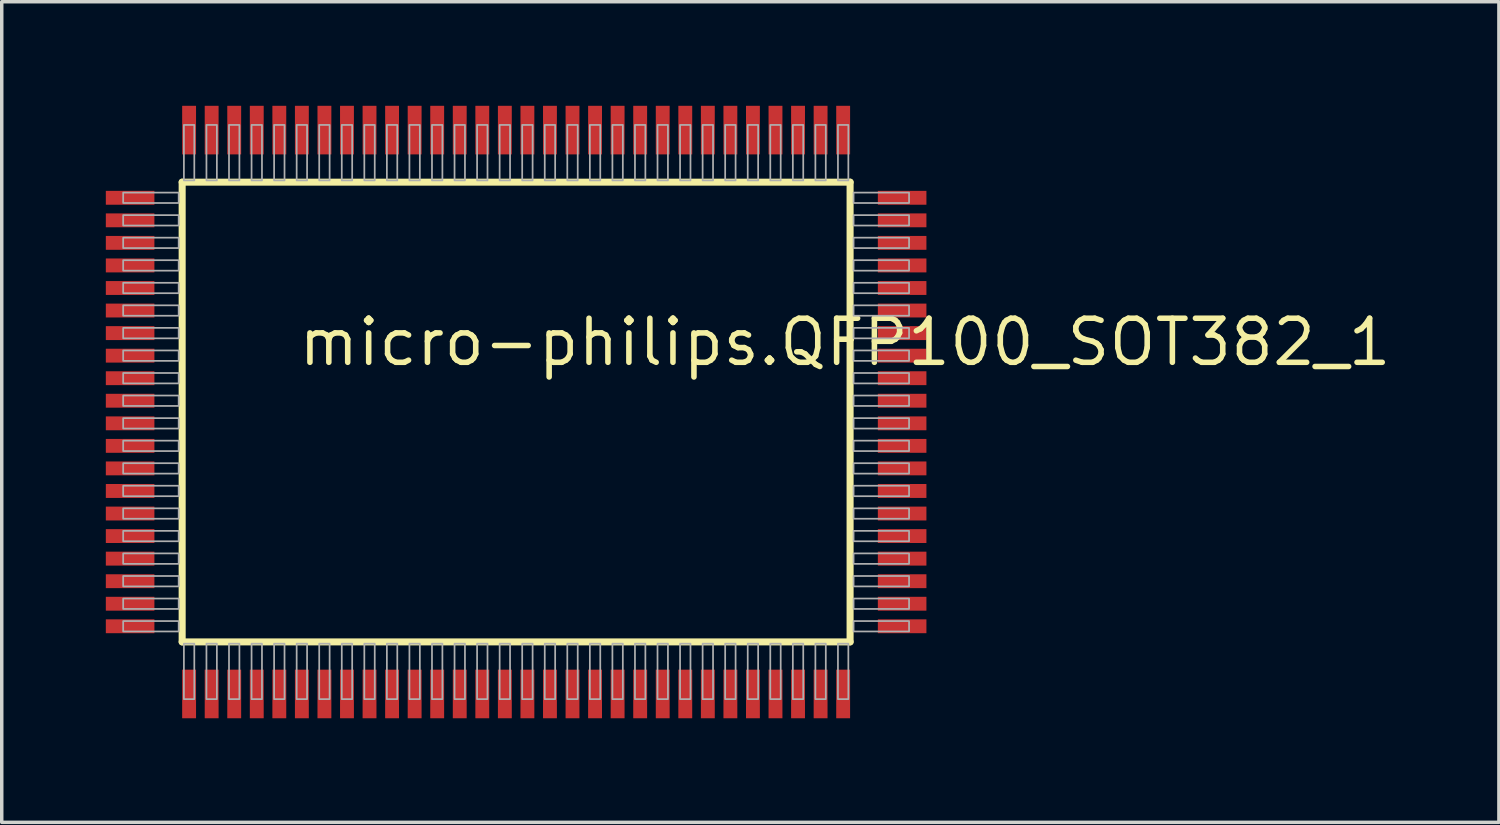
<source format=kicad_pcb>
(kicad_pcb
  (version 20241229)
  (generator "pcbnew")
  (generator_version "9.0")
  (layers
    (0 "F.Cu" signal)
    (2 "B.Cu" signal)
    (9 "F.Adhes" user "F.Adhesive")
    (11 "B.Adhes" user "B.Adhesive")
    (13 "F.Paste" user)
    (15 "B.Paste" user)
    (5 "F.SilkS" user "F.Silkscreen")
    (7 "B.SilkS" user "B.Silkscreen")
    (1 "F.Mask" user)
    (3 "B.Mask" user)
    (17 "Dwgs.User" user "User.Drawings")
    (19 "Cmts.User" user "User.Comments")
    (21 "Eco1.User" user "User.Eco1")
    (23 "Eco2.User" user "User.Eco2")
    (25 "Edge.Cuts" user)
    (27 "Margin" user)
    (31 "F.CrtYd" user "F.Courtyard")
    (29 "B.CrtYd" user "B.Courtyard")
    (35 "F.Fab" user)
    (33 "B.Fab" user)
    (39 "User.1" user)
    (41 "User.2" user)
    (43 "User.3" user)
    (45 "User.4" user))
  (footprint "micro-philips.QFP100_SOT382_1"
    (layer "F.Cu")
    (at 11.825 8.825)
    (property "Reference" "micro-philips.QFP100_SOT382_1" (at -6.35 -1.27 0) (layer "F.SilkS") (effects (font (size 1.27 1.27) (thickness 0.16)) (justify left bottom)))
    (attr smd)
    (fp_line (start -9.625 -6.625) (end 9.625 -6.625) (stroke (width 0.203) (type default)) (layer "F.SilkS"))
    (fp_line (start -9.625 6.625) (end -9.625 -6.625) (stroke (width 0.203) (type default)) (layer "F.SilkS"))
    (fp_line (start 9.625 -6.625) (end 9.625 6.625) (stroke (width 0.203) (type default)) (layer "F.SilkS"))
    (fp_line (start 9.625 6.625) (end -9.625 6.625) (stroke (width 0.203) (type default)) (layer "F.SilkS"))
    (fp_rect (start -11.325 -6.025) (end -9.725 -6.325) (stroke (width 0.05) (type default)) (fill no) (layer "F.Fab"))
    (fp_rect (start -11.325 -5.375) (end -9.725 -5.675) (stroke (width 0.05) (type default)) (fill no) (layer "F.Fab"))
    (fp_rect (start -11.325 -4.725) (end -9.725 -5.025) (stroke (width 0.05) (type default)) (fill no) (layer "F.Fab"))
    (fp_rect (start -11.325 -4.075) (end -9.725 -4.375) (stroke (width 0.05) (type default)) (fill no) (layer "F.Fab"))
    (fp_rect (start -11.325 -3.425) (end -9.725 -3.725) (stroke (width 0.05) (type default)) (fill no) (layer "F.Fab"))
    (fp_rect (start -11.325 -2.775) (end -9.725 -3.075) (stroke (width 0.05) (type default)) (fill no) (layer "F.Fab"))
    (fp_rect (start -11.325 -2.125) (end -9.725 -2.425) (stroke (width 0.05) (type default)) (fill no) (layer "F.Fab"))
    (fp_rect (start -11.325 -1.475) (end -9.725 -1.775) (stroke (width 0.05) (type default)) (fill no) (layer "F.Fab"))
    (fp_rect (start -11.325 -0.825) (end -9.725 -1.125) (stroke (width 0.05) (type default)) (fill no) (layer "F.Fab"))
    (fp_rect (start -11.325 -0.175) (end -9.725 -0.475) (stroke (width 0.05) (type default)) (fill no) (layer "F.Fab"))
    (fp_rect (start -11.325 0.475) (end -9.725 0.175) (stroke (width 0.05) (type default)) (fill no) (layer "F.Fab"))
    (fp_rect (start -11.325 1.125) (end -9.725 0.825) (stroke (width 0.05) (type default)) (fill no) (layer "F.Fab"))
    (fp_rect (start -11.325 1.775) (end -9.725 1.475) (stroke (width 0.05) (type default)) (fill no) (layer "F.Fab"))
    (fp_rect (start -11.325 2.425) (end -9.725 2.125) (stroke (width 0.05) (type default)) (fill no) (layer "F.Fab"))
    (fp_rect (start -11.325 3.075) (end -9.725 2.775) (stroke (width 0.05) (type default)) (fill no) (layer "F.Fab"))
    (fp_rect (start -11.325 3.725) (end -9.725 3.425) (stroke (width 0.05) (type default)) (fill no) (layer "F.Fab"))
    (fp_rect (start -11.325 4.375) (end -9.725 4.075) (stroke (width 0.05) (type default)) (fill no) (layer "F.Fab"))
    (fp_rect (start -11.325 5.025) (end -9.725 4.725) (stroke (width 0.05) (type default)) (fill no) (layer "F.Fab"))
    (fp_rect (start -11.325 5.675) (end -9.725 5.375) (stroke (width 0.05) (type default)) (fill no) (layer "F.Fab"))
    (fp_rect (start -11.325 6.325) (end -9.725 6.025) (stroke (width 0.05) (type default)) (fill no) (layer "F.Fab"))
    (fp_rect (start -9.575 -6.675) (end -9.275 -8.275) (stroke (width 0.05) (type default)) (fill no) (layer "F.Fab"))
    (fp_rect (start -9.575 8.275) (end -9.275 6.675) (stroke (width 0.05) (type default)) (fill no) (layer "F.Fab"))
    (fp_rect (start -8.925 -6.675) (end -8.625 -8.275) (stroke (width 0.05) (type default)) (fill no) (layer "F.Fab"))
    (fp_rect (start -8.925 8.275) (end -8.625 6.675) (stroke (width 0.05) (type default)) (fill no) (layer "F.Fab"))
    (fp_rect (start -8.275 -6.675) (end -7.975 -8.275) (stroke (width 0.05) (type default)) (fill no) (layer "F.Fab"))
    (fp_rect (start -8.275 8.275) (end -7.975 6.675) (stroke (width 0.05) (type default)) (fill no) (layer "F.Fab"))
    (fp_rect (start -7.625 -6.675) (end -7.325 -8.275) (stroke (width 0.05) (type default)) (fill no) (layer "F.Fab"))
    (fp_rect (start -7.625 8.275) (end -7.325 6.675) (stroke (width 0.05) (type default)) (fill no) (layer "F.Fab"))
    (fp_rect (start -6.975 -6.675) (end -6.675 -8.275) (stroke (width 0.05) (type default)) (fill no) (layer "F.Fab"))
    (fp_rect (start -6.975 8.275) (end -6.675 6.675) (stroke (width 0.05) (type default)) (fill no) (layer "F.Fab"))
    (fp_rect (start -6.325 -6.675) (end -6.025 -8.275) (stroke (width 0.05) (type default)) (fill no) (layer "F.Fab"))
    (fp_rect (start -6.325 8.275) (end -6.025 6.675) (stroke (width 0.05) (type default)) (fill no) (layer "F.Fab"))
    (fp_rect (start -5.675 -6.675) (end -5.375 -8.275) (stroke (width 0.05) (type default)) (fill no) (layer "F.Fab"))
    (fp_rect (start -5.675 8.275) (end -5.375 6.675) (stroke (width 0.05) (type default)) (fill no) (layer "F.Fab"))
    (fp_rect (start -5.025 -6.675) (end -4.725 -8.275) (stroke (width 0.05) (type default)) (fill no) (layer "F.Fab"))
    (fp_rect (start -5.025 8.275) (end -4.725 6.675) (stroke (width 0.05) (type default)) (fill no) (layer "F.Fab"))
    (fp_rect (start -4.375 -6.675) (end -4.075 -8.275) (stroke (width 0.05) (type default)) (fill no) (layer "F.Fab"))
    (fp_rect (start -4.375 8.275) (end -4.075 6.675) (stroke (width 0.05) (type default)) (fill no) (layer "F.Fab"))
    (fp_rect (start -3.725 -6.675) (end -3.425 -8.275) (stroke (width 0.05) (type default)) (fill no) (layer "F.Fab"))
    (fp_rect (start -3.725 8.275) (end -3.425 6.675) (stroke (width 0.05) (type default)) (fill no) (layer "F.Fab"))
    (fp_rect (start -3.075 -6.675) (end -2.775 -8.275) (stroke (width 0.05) (type default)) (fill no) (layer "F.Fab"))
    (fp_rect (start -3.075 8.275) (end -2.775 6.675) (stroke (width 0.05) (type default)) (fill no) (layer "F.Fab"))
    (fp_rect (start -2.425 -6.675) (end -2.125 -8.275) (stroke (width 0.05) (type default)) (fill no) (layer "F.Fab"))
    (fp_rect (start -2.425 8.275) (end -2.125 6.675) (stroke (width 0.05) (type default)) (fill no) (layer "F.Fab"))
    (fp_rect (start -1.775 -6.675) (end -1.475 -8.275) (stroke (width 0.05) (type default)) (fill no) (layer "F.Fab"))
    (fp_rect (start -1.775 8.275) (end -1.475 6.675) (stroke (width 0.05) (type default)) (fill no) (layer "F.Fab"))
    (fp_rect (start -1.125 -6.675) (end -0.825 -8.275) (stroke (width 0.05) (type default)) (fill no) (layer "F.Fab"))
    (fp_rect (start -1.125 8.275) (end -0.825 6.675) (stroke (width 0.05) (type default)) (fill no) (layer "F.Fab"))
    (fp_rect (start -0.475 -6.675) (end -0.175 -8.275) (stroke (width 0.05) (type default)) (fill no) (layer "F.Fab"))
    (fp_rect (start -0.475 8.275) (end -0.175 6.675) (stroke (width 0.05) (type default)) (fill no) (layer "F.Fab"))
    (fp_rect (start 0.175 -6.675) (end 0.475 -8.275) (stroke (width 0.05) (type default)) (fill no) (layer "F.Fab"))
    (fp_rect (start 0.175 8.275) (end 0.475 6.675) (stroke (width 0.05) (type default)) (fill no) (layer "F.Fab"))
    (fp_rect (start 0.825 -6.675) (end 1.125 -8.275) (stroke (width 0.05) (type default)) (fill no) (layer "F.Fab"))
    (fp_rect (start 0.825 8.275) (end 1.125 6.675) (stroke (width 0.05) (type default)) (fill no) (layer "F.Fab"))
    (fp_rect (start 1.475 -6.675) (end 1.775 -8.275) (stroke (width 0.05) (type default)) (fill no) (layer "F.Fab"))
    (fp_rect (start 1.475 8.275) (end 1.775 6.675) (stroke (width 0.05) (type default)) (fill no) (layer "F.Fab"))
    (fp_rect (start 2.125 -6.675) (end 2.425 -8.275) (stroke (width 0.05) (type default)) (fill no) (layer "F.Fab"))
    (fp_rect (start 2.125 8.275) (end 2.425 6.675) (stroke (width 0.05) (type default)) (fill no) (layer "F.Fab"))
    (fp_rect (start 2.775 -6.675) (end 3.075 -8.275) (stroke (width 0.05) (type default)) (fill no) (layer "F.Fab"))
    (fp_rect (start 2.775 8.275) (end 3.075 6.675) (stroke (width 0.05) (type default)) (fill no) (layer "F.Fab"))
    (fp_rect (start 3.425 -6.675) (end 3.725 -8.275) (stroke (width 0.05) (type default)) (fill no) (layer "F.Fab"))
    (fp_rect (start 3.425 8.275) (end 3.725 6.675) (stroke (width 0.05) (type default)) (fill no) (layer "F.Fab"))
    (fp_rect (start 4.075 -6.675) (end 4.375 -8.275) (stroke (width 0.05) (type default)) (fill no) (layer "F.Fab"))
    (fp_rect (start 4.075 8.275) (end 4.375 6.675) (stroke (width 0.05) (type default)) (fill no) (layer "F.Fab"))
    (fp_rect (start 4.725 -6.675) (end 5.025 -8.275) (stroke (width 0.05) (type default)) (fill no) (layer "F.Fab"))
    (fp_rect (start 4.725 8.275) (end 5.025 6.675) (stroke (width 0.05) (type default)) (fill no) (layer "F.Fab"))
    (fp_rect (start 5.375 -6.675) (end 5.675 -8.275) (stroke (width 0.05) (type default)) (fill no) (layer "F.Fab"))
    (fp_rect (start 5.375 8.275) (end 5.675 6.675) (stroke (width 0.05) (type default)) (fill no) (layer "F.Fab"))
    (fp_rect (start 6.025 -6.675) (end 6.325 -8.275) (stroke (width 0.05) (type default)) (fill no) (layer "F.Fab"))
    (fp_rect (start 6.025 8.275) (end 6.325 6.675) (stroke (width 0.05) (type default)) (fill no) (layer "F.Fab"))
    (fp_rect (start 6.675 -6.675) (end 6.975 -8.275) (stroke (width 0.05) (type default)) (fill no) (layer "F.Fab"))
    (fp_rect (start 6.675 8.275) (end 6.975 6.675) (stroke (width 0.05) (type default)) (fill no) (layer "F.Fab"))
    (fp_rect (start 7.325 -6.675) (end 7.625 -8.275) (stroke (width 0.05) (type default)) (fill no) (layer "F.Fab"))
    (fp_rect (start 7.325 8.275) (end 7.625 6.675) (stroke (width 0.05) (type default)) (fill no) (layer "F.Fab"))
    (fp_rect (start 7.975 -6.675) (end 8.275 -8.275) (stroke (width 0.05) (type default)) (fill no) (layer "F.Fab"))
    (fp_rect (start 7.975 8.275) (end 8.275 6.675) (stroke (width 0.05) (type default)) (fill no) (layer "F.Fab"))
    (fp_rect (start 8.625 -6.675) (end 8.925 -8.275) (stroke (width 0.05) (type default)) (fill no) (layer "F.Fab"))
    (fp_rect (start 8.625 8.275) (end 8.925 6.675) (stroke (width 0.05) (type default)) (fill no) (layer "F.Fab"))
    (fp_rect (start 9.275 -6.675) (end 9.575 -8.275) (stroke (width 0.05) (type default)) (fill no) (layer "F.Fab"))
    (fp_rect (start 9.275 8.275) (end 9.575 6.675) (stroke (width 0.05) (type default)) (fill no) (layer "F.Fab"))
    (fp_rect (start 9.725 -6.025) (end 11.325 -6.325) (stroke (width 0.05) (type default)) (fill no) (layer "F.Fab"))
    (fp_rect (start 9.725 -5.375) (end 11.325 -5.675) (stroke (width 0.05) (type default)) (fill no) (layer "F.Fab"))
    (fp_rect (start 9.725 -4.725) (end 11.325 -5.025) (stroke (width 0.05) (type default)) (fill no) (layer "F.Fab"))
    (fp_rect (start 9.725 -4.075) (end 11.325 -4.375) (stroke (width 0.05) (type default)) (fill no) (layer "F.Fab"))
    (fp_rect (start 9.725 -3.425) (end 11.325 -3.725) (stroke (width 0.05) (type default)) (fill no) (layer "F.Fab"))
    (fp_rect (start 9.725 -2.775) (end 11.325 -3.075) (stroke (width 0.05) (type default)) (fill no) (layer "F.Fab"))
    (fp_rect (start 9.725 -2.125) (end 11.325 -2.425) (stroke (width 0.05) (type default)) (fill no) (layer "F.Fab"))
    (fp_rect (start 9.725 -1.475) (end 11.325 -1.775) (stroke (width 0.05) (type default)) (fill no) (layer "F.Fab"))
    (fp_rect (start 9.725 -0.825) (end 11.325 -1.125) (stroke (width 0.05) (type default)) (fill no) (layer "F.Fab"))
    (fp_rect (start 9.725 -0.175) (end 11.325 -0.475) (stroke (width 0.05) (type default)) (fill no) (layer "F.Fab"))
    (fp_rect (start 9.725 0.475) (end 11.325 0.175) (stroke (width 0.05) (type default)) (fill no) (layer "F.Fab"))
    (fp_rect (start 9.725 1.125) (end 11.325 0.825) (stroke (width 0.05) (type default)) (fill no) (layer "F.Fab"))
    (fp_rect (start 9.725 1.775) (end 11.325 1.475) (stroke (width 0.05) (type default)) (fill no) (layer "F.Fab"))
    (fp_rect (start 9.725 2.425) (end 11.325 2.125) (stroke (width 0.05) (type default)) (fill no) (layer "F.Fab"))
    (fp_rect (start 9.725 3.075) (end 11.325 2.775) (stroke (width 0.05) (type default)) (fill no) (layer "F.Fab"))
    (fp_rect (start 9.725 3.725) (end 11.325 3.425) (stroke (width 0.05) (type default)) (fill no) (layer "F.Fab"))
    (fp_rect (start 9.725 4.375) (end 11.325 4.075) (stroke (width 0.05) (type default)) (fill no) (layer "F.Fab"))
    (fp_rect (start 9.725 5.025) (end 11.325 4.725) (stroke (width 0.05) (type default)) (fill no) (layer "F.Fab"))
    (fp_rect (start 9.725 5.675) (end 11.325 5.375) (stroke (width 0.05) (type default)) (fill no) (layer "F.Fab"))
    (fp_rect (start 9.725 6.325) (end 11.325 6.025) (stroke (width 0.05) (type default)) (fill no) (layer "F.Fab"))
    (pad "1" smd roundrect (at -9.425 8.125) (size 0.4 1.4) (layers "F.Cu" "F.Mask" "F.Paste") (roundrect_rratio 0.01))
    (pad "2" smd roundrect (at -8.775 8.125) (size 0.4 1.4) (layers "F.Cu" "F.Mask" "F.Paste") (roundrect_rratio 0.01))
    (pad "3" smd roundrect (at -8.125 8.125) (size 0.4 1.4) (layers "F.Cu" "F.Mask" "F.Paste") (roundrect_rratio 0.01))
    (pad "4" smd roundrect (at -7.475 8.125) (size 0.4 1.4) (layers "F.Cu" "F.Mask" "F.Paste") (roundrect_rratio 0.01))
    (pad "5" smd roundrect (at -6.825 8.125) (size 0.4 1.4) (layers "F.Cu" "F.Mask" "F.Paste") (roundrect_rratio 0.01))
    (pad "6" smd roundrect (at -6.175 8.125) (size 0.4 1.4) (layers "F.Cu" "F.Mask" "F.Paste") (roundrect_rratio 0.01))
    (pad "7" smd roundrect (at -5.525 8.125) (size 0.4 1.4) (layers "F.Cu" "F.Mask" "F.Paste") (roundrect_rratio 0.01))
    (pad "8" smd roundrect (at -4.875 8.125) (size 0.4 1.4) (layers "F.Cu" "F.Mask" "F.Paste") (roundrect_rratio 0.01))
    (pad "9" smd roundrect (at -4.225 8.125) (size 0.4 1.4) (layers "F.Cu" "F.Mask" "F.Paste") (roundrect_rratio 0.01))
    (pad "10" smd roundrect (at -3.575 8.125) (size 0.4 1.4) (layers "F.Cu" "F.Mask" "F.Paste") (roundrect_rratio 0.01))
    (pad "11" smd roundrect (at -2.925 8.125) (size 0.4 1.4) (layers "F.Cu" "F.Mask" "F.Paste") (roundrect_rratio 0.01))
    (pad "12" smd roundrect (at -2.275 8.125) (size 0.4 1.4) (layers "F.Cu" "F.Mask" "F.Paste") (roundrect_rratio 0.01))
    (pad "13" smd roundrect (at -1.625 8.125) (size 0.4 1.4) (layers "F.Cu" "F.Mask" "F.Paste") (roundrect_rratio 0.01))
    (pad "14" smd roundrect (at -0.975 8.125) (size 0.4 1.4) (layers "F.Cu" "F.Mask" "F.Paste") (roundrect_rratio 0.01))
    (pad "15" smd roundrect (at -0.325 8.125) (size 0.4 1.4) (layers "F.Cu" "F.Mask" "F.Paste") (roundrect_rratio 0.01))
    (pad "16" smd roundrect (at 0.325 8.125) (size 0.4 1.4) (layers "F.Cu" "F.Mask" "F.Paste") (roundrect_rratio 0.01))
    (pad "17" smd roundrect (at 0.975 8.125) (size 0.4 1.4) (layers "F.Cu" "F.Mask" "F.Paste") (roundrect_rratio 0.01))
    (pad "18" smd roundrect (at 1.625 8.125) (size 0.4 1.4) (layers "F.Cu" "F.Mask" "F.Paste") (roundrect_rratio 0.01))
    (pad "19" smd roundrect (at 2.275 8.125) (size 0.4 1.4) (layers "F.Cu" "F.Mask" "F.Paste") (roundrect_rratio 0.01))
    (pad "20" smd roundrect (at 2.925 8.125) (size 0.4 1.4) (layers "F.Cu" "F.Mask" "F.Paste") (roundrect_rratio 0.01))
    (pad "21" smd roundrect (at 3.575 8.125) (size 0.4 1.4) (layers "F.Cu" "F.Mask" "F.Paste") (roundrect_rratio 0.01))
    (pad "22" smd roundrect (at 4.225 8.125) (size 0.4 1.4) (layers "F.Cu" "F.Mask" "F.Paste") (roundrect_rratio 0.01))
    (pad "23" smd roundrect (at 4.875 8.125) (size 0.4 1.4) (layers "F.Cu" "F.Mask" "F.Paste") (roundrect_rratio 0.01))
    (pad "24" smd roundrect (at 5.525 8.125) (size 0.4 1.4) (layers "F.Cu" "F.Mask" "F.Paste") (roundrect_rratio 0.01))
    (pad "25" smd roundrect (at 6.175 8.125) (size 0.4 1.4) (layers "F.Cu" "F.Mask" "F.Paste") (roundrect_rratio 0.01))
    (pad "26" smd roundrect (at 6.825 8.125) (size 0.4 1.4) (layers "F.Cu" "F.Mask" "F.Paste") (roundrect_rratio 0.01))
    (pad "27" smd roundrect (at 7.475 8.125) (size 0.4 1.4) (layers "F.Cu" "F.Mask" "F.Paste") (roundrect_rratio 0.01))
    (pad "28" smd roundrect (at 8.125 8.125) (size 0.4 1.4) (layers "F.Cu" "F.Mask" "F.Paste") (roundrect_rratio 0.01))
    (pad "29" smd roundrect (at 8.775 8.125) (size 0.4 1.4) (layers "F.Cu" "F.Mask" "F.Paste") (roundrect_rratio 0.01))
    (pad "30" smd roundrect (at 9.425 8.125) (size 0.4 1.4) (layers "F.Cu" "F.Mask" "F.Paste") (roundrect_rratio 0.01))
    (pad "31" smd roundrect (at 11.125 6.175) (size 1.4 0.4) (layers "F.Cu" "F.Mask" "F.Paste") (roundrect_rratio 0.01))
    (pad "32" smd roundrect (at 11.125 5.525) (size 1.4 0.4) (layers "F.Cu" "F.Mask" "F.Paste") (roundrect_rratio 0.01))
    (pad "33" smd roundrect (at 11.125 4.875) (size 1.4 0.4) (layers "F.Cu" "F.Mask" "F.Paste") (roundrect_rratio 0.01))
    (pad "34" smd roundrect (at 11.125 4.225) (size 1.4 0.4) (layers "F.Cu" "F.Mask" "F.Paste") (roundrect_rratio 0.01))
    (pad "35" smd roundrect (at 11.125 3.575) (size 1.4 0.4) (layers "F.Cu" "F.Mask" "F.Paste") (roundrect_rratio 0.01))
    (pad "36" smd roundrect (at 11.125 2.925) (size 1.4 0.4) (layers "F.Cu" "F.Mask" "F.Paste") (roundrect_rratio 0.01))
    (pad "37" smd roundrect (at 11.125 2.275) (size 1.4 0.4) (layers "F.Cu" "F.Mask" "F.Paste") (roundrect_rratio 0.01))
    (pad "38" smd roundrect (at 11.125 1.625) (size 1.4 0.4) (layers "F.Cu" "F.Mask" "F.Paste") (roundrect_rratio 0.01))
    (pad "39" smd roundrect (at 11.125 0.975) (size 1.4 0.4) (layers "F.Cu" "F.Mask" "F.Paste") (roundrect_rratio 0.01))
    (pad "40" smd roundrect (at 11.125 0.325) (size 1.4 0.4) (layers "F.Cu" "F.Mask" "F.Paste") (roundrect_rratio 0.01))
    (pad "41" smd roundrect (at 11.125 -0.325) (size 1.4 0.4) (layers "F.Cu" "F.Mask" "F.Paste") (roundrect_rratio 0.01))
    (pad "42" smd roundrect (at 11.125 -0.975) (size 1.4 0.4) (layers "F.Cu" "F.Mask" "F.Paste") (roundrect_rratio 0.01))
    (pad "43" smd roundrect (at 11.125 -1.625) (size 1.4 0.4) (layers "F.Cu" "F.Mask" "F.Paste") (roundrect_rratio 0.01))
    (pad "44" smd roundrect (at 11.125 -2.275) (size 1.4 0.4) (layers "F.Cu" "F.Mask" "F.Paste") (roundrect_rratio 0.01))
    (pad "45" smd roundrect (at 11.125 -2.925) (size 1.4 0.4) (layers "F.Cu" "F.Mask" "F.Paste") (roundrect_rratio 0.01))
    (pad "46" smd roundrect (at 11.125 -3.575) (size 1.4 0.4) (layers "F.Cu" "F.Mask" "F.Paste") (roundrect_rratio 0.01))
    (pad "47" smd roundrect (at 11.125 -4.225) (size 1.4 0.4) (layers "F.Cu" "F.Mask" "F.Paste") (roundrect_rratio 0.01))
    (pad "48" smd roundrect (at 11.125 -4.875) (size 1.4 0.4) (layers "F.Cu" "F.Mask" "F.Paste") (roundrect_rratio 0.01))
    (pad "49" smd roundrect (at 11.125 -5.525) (size 1.4 0.4) (layers "F.Cu" "F.Mask" "F.Paste") (roundrect_rratio 0.01))
    (pad "50" smd roundrect (at 11.125 -6.175) (size 1.4 0.4) (layers "F.Cu" "F.Mask" "F.Paste") (roundrect_rratio 0.01))
    (pad "51" smd roundrect (at 9.425 -8.125) (size 0.4 1.4) (layers "F.Cu" "F.Mask" "F.Paste") (roundrect_rratio 0.01))
    (pad "52" smd roundrect (at 8.775 -8.125) (size 0.4 1.4) (layers "F.Cu" "F.Mask" "F.Paste") (roundrect_rratio 0.01))
    (pad "53" smd roundrect (at 8.125 -8.125) (size 0.4 1.4) (layers "F.Cu" "F.Mask" "F.Paste") (roundrect_rratio 0.01))
    (pad "54" smd roundrect (at 7.475 -8.125) (size 0.4 1.4) (layers "F.Cu" "F.Mask" "F.Paste") (roundrect_rratio 0.01))
    (pad "55" smd roundrect (at 6.825 -8.125) (size 0.4 1.4) (layers "F.Cu" "F.Mask" "F.Paste") (roundrect_rratio 0.01))
    (pad "56" smd roundrect (at 6.175 -8.125) (size 0.4 1.4) (layers "F.Cu" "F.Mask" "F.Paste") (roundrect_rratio 0.01))
    (pad "57" smd roundrect (at 5.525 -8.125) (size 0.4 1.4) (layers "F.Cu" "F.Mask" "F.Paste") (roundrect_rratio 0.01))
    (pad "58" smd roundrect (at 4.875 -8.125) (size 0.4 1.4) (layers "F.Cu" "F.Mask" "F.Paste") (roundrect_rratio 0.01))
    (pad "59" smd roundrect (at 4.225 -8.125) (size 0.4 1.4) (layers "F.Cu" "F.Mask" "F.Paste") (roundrect_rratio 0.01))
    (pad "60" smd roundrect (at 3.575 -8.125) (size 0.4 1.4) (layers "F.Cu" "F.Mask" "F.Paste") (roundrect_rratio 0.01))
    (pad "61" smd roundrect (at 2.925 -8.125) (size 0.4 1.4) (layers "F.Cu" "F.Mask" "F.Paste") (roundrect_rratio 0.01))
    (pad "62" smd roundrect (at 2.275 -8.125) (size 0.4 1.4) (layers "F.Cu" "F.Mask" "F.Paste") (roundrect_rratio 0.01))
    (pad "63" smd roundrect (at 1.625 -8.125) (size 0.4 1.4) (layers "F.Cu" "F.Mask" "F.Paste") (roundrect_rratio 0.01))
    (pad "64" smd roundrect (at 0.975 -8.125) (size 0.4 1.4) (layers "F.Cu" "F.Mask" "F.Paste") (roundrect_rratio 0.01))
    (pad "65" smd roundrect (at 0.325 -8.125) (size 0.4 1.4) (layers "F.Cu" "F.Mask" "F.Paste") (roundrect_rratio 0.01))
    (pad "66" smd roundrect (at -0.325 -8.125) (size 0.4 1.4) (layers "F.Cu" "F.Mask" "F.Paste") (roundrect_rratio 0.01))
    (pad "67" smd roundrect (at -0.975 -8.125) (size 0.4 1.4) (layers "F.Cu" "F.Mask" "F.Paste") (roundrect_rratio 0.01))
    (pad "68" smd roundrect (at -1.625 -8.125) (size 0.4 1.4) (layers "F.Cu" "F.Mask" "F.Paste") (roundrect_rratio 0.01))
    (pad "69" smd roundrect (at -2.275 -8.125) (size 0.4 1.4) (layers "F.Cu" "F.Mask" "F.Paste") (roundrect_rratio 0.01))
    (pad "70" smd roundrect (at -2.925 -8.125) (size 0.4 1.4) (layers "F.Cu" "F.Mask" "F.Paste") (roundrect_rratio 0.01))
    (pad "71" smd roundrect (at -3.575 -8.125) (size 0.4 1.4) (layers "F.Cu" "F.Mask" "F.Paste") (roundrect_rratio 0.01))
    (pad "72" smd roundrect (at -4.225 -8.125) (size 0.4 1.4) (layers "F.Cu" "F.Mask" "F.Paste") (roundrect_rratio 0.01))
    (pad "73" smd roundrect (at -4.875 -8.125) (size 0.4 1.4) (layers "F.Cu" "F.Mask" "F.Paste") (roundrect_rratio 0.01))
    (pad "74" smd roundrect (at -5.525 -8.125) (size 0.4 1.4) (layers "F.Cu" "F.Mask" "F.Paste") (roundrect_rratio 0.01))
    (pad "75" smd roundrect (at -6.175 -8.125) (size 0.4 1.4) (layers "F.Cu" "F.Mask" "F.Paste") (roundrect_rratio 0.01))
    (pad "76" smd roundrect (at -6.825 -8.125) (size 0.4 1.4) (layers "F.Cu" "F.Mask" "F.Paste") (roundrect_rratio 0.01))
    (pad "77" smd roundrect (at -7.475 -8.125) (size 0.4 1.4) (layers "F.Cu" "F.Mask" "F.Paste") (roundrect_rratio 0.01))
    (pad "78" smd roundrect (at -8.125 -8.125) (size 0.4 1.4) (layers "F.Cu" "F.Mask" "F.Paste") (roundrect_rratio 0.01))
    (pad "79" smd roundrect (at -8.775 -8.125) (size 0.4 1.4) (layers "F.Cu" "F.Mask" "F.Paste") (roundrect_rratio 0.01))
    (pad "80" smd roundrect (at -9.425 -8.125) (size 0.4 1.4) (layers "F.Cu" "F.Mask" "F.Paste") (roundrect_rratio 0.01))
    (pad "81" smd roundrect (at -11.125 -6.175) (size 1.4 0.4) (layers "F.Cu" "F.Mask" "F.Paste") (roundrect_rratio 0.01))
    (pad "82" smd roundrect (at -11.125 -5.525) (size 1.4 0.4) (layers "F.Cu" "F.Mask" "F.Paste") (roundrect_rratio 0.01))
    (pad "83" smd roundrect (at -11.125 -4.875) (size 1.4 0.4) (layers "F.Cu" "F.Mask" "F.Paste") (roundrect_rratio 0.01))
    (pad "84" smd roundrect (at -11.125 -4.225) (size 1.4 0.4) (layers "F.Cu" "F.Mask" "F.Paste") (roundrect_rratio 0.01))
    (pad "85" smd roundrect (at -11.125 -3.575) (size 1.4 0.4) (layers "F.Cu" "F.Mask" "F.Paste") (roundrect_rratio 0.01))
    (pad "86" smd roundrect (at -11.125 -2.925) (size 1.4 0.4) (layers "F.Cu" "F.Mask" "F.Paste") (roundrect_rratio 0.01))
    (pad "87" smd roundrect (at -11.125 -2.275) (size 1.4 0.4) (layers "F.Cu" "F.Mask" "F.Paste") (roundrect_rratio 0.01))
    (pad "88" smd roundrect (at -11.125 -1.625) (size 1.4 0.4) (layers "F.Cu" "F.Mask" "F.Paste") (roundrect_rratio 0.01))
    (pad "89" smd roundrect (at -11.125 -0.975) (size 1.4 0.4) (layers "F.Cu" "F.Mask" "F.Paste") (roundrect_rratio 0.01))
    (pad "90" smd roundrect (at -11.125 -0.325) (size 1.4 0.4) (layers "F.Cu" "F.Mask" "F.Paste") (roundrect_rratio 0.01))
    (pad "91" smd roundrect (at -11.125 0.325) (size 1.4 0.4) (layers "F.Cu" "F.Mask" "F.Paste") (roundrect_rratio 0.01))
    (pad "92" smd roundrect (at -11.125 0.975) (size 1.4 0.4) (layers "F.Cu" "F.Mask" "F.Paste") (roundrect_rratio 0.01))
    (pad "93" smd roundrect (at -11.125 1.625) (size 1.4 0.4) (layers "F.Cu" "F.Mask" "F.Paste") (roundrect_rratio 0.01))
    (pad "94" smd roundrect (at -11.125 2.275) (size 1.4 0.4) (layers "F.Cu" "F.Mask" "F.Paste") (roundrect_rratio 0.01))
    (pad "95" smd roundrect (at -11.125 2.925) (size 1.4 0.4) (layers "F.Cu" "F.Mask" "F.Paste") (roundrect_rratio 0.01))
    (pad "96" smd roundrect (at -11.125 3.575) (size 1.4 0.4) (layers "F.Cu" "F.Mask" "F.Paste") (roundrect_rratio 0.01))
    (pad "97" smd roundrect (at -11.125 4.225) (size 1.4 0.4) (layers "F.Cu" "F.Mask" "F.Paste") (roundrect_rratio 0.01))
    (pad "98" smd roundrect (at -11.125 4.875) (size 1.4 0.4) (layers "F.Cu" "F.Mask" "F.Paste") (roundrect_rratio 0.01))
    (pad "99" smd roundrect (at -11.125 5.525) (size 1.4 0.4) (layers "F.Cu" "F.Mask" "F.Paste") (roundrect_rratio 0.01))
    (pad "100" smd roundrect (at -11.125 6.175) (size 1.4 0.4) (layers "F.Cu" "F.Mask" "F.Paste") (roundrect_rratio 0.01)))
  (gr_rect
    (start -3 -3)
    (end 40.149 20.65)
    (stroke (width 0.1) (type default))
    (fill no)
    (layer "Edge.Cuts")))
</source>
